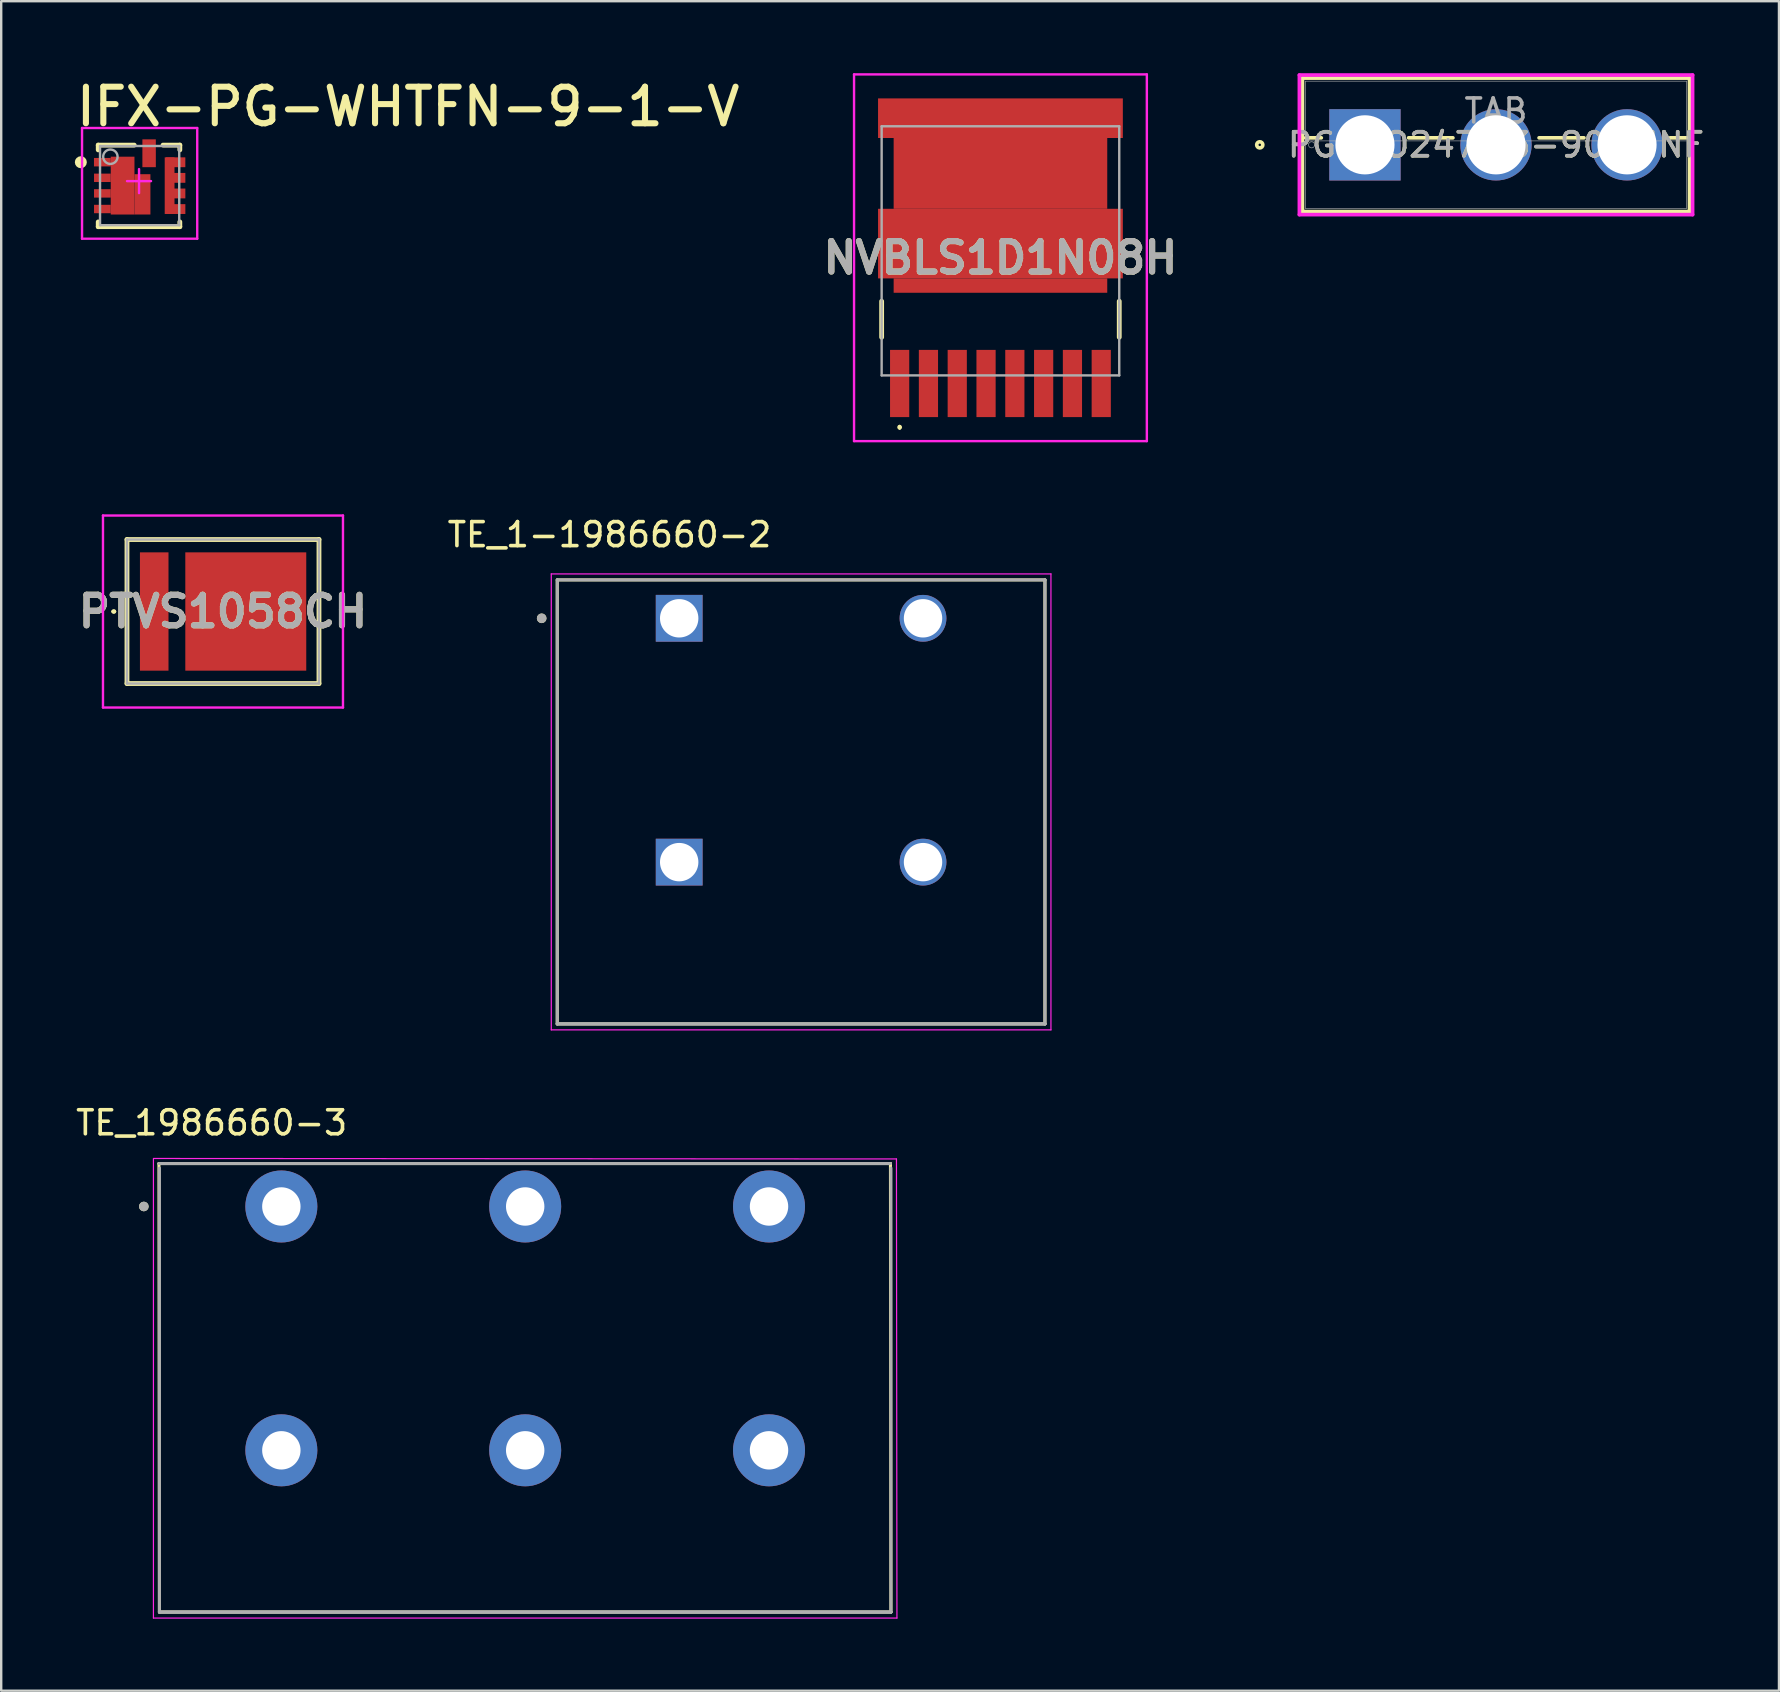
<source format=kicad_pcb>
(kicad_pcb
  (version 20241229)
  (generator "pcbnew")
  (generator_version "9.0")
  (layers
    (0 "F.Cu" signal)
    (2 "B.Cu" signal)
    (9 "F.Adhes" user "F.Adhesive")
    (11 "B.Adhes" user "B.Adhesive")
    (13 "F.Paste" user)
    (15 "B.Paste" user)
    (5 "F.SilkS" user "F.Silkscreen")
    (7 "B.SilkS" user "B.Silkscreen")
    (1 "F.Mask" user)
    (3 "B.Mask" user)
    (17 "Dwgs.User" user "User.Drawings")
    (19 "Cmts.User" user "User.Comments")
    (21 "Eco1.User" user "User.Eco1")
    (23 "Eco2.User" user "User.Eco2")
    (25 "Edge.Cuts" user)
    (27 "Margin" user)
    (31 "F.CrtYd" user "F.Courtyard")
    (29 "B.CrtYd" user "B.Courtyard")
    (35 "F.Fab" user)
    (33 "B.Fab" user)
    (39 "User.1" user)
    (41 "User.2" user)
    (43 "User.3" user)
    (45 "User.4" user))
  (footprint "NVBLS1D1N08H"
    (layer "F.Cu")
    (at 38.636 7.402)
    (property "Reference" "NVBLS1D1N08H" (at 0 0.288 0) (layer "F.SilkS") (effects (font (size 1.27 1.27) (thickness 0.254))))
    (attr smd)
    (fp_line (start -4.95 2.1) (end -4.95 3.6) (stroke (width 0.2) (type solid)) (layer "F.SilkS"))
    (fp_line (start -4.2 7.3) (end -4.2 7.3) (stroke (width 0.1) (type solid)) (layer "F.SilkS"))
    (fp_line (start -4.2 7.4) (end -4.2 7.4) (stroke (width 0.1) (type solid)) (layer "F.SilkS"))
    (fp_line (start 4.95 3.6) (end 4.95 2.1) (stroke (width 0.2) (type solid)) (layer "F.SilkS"))
    (fp_arc (start -4.2 7.3) (mid -4.15 7.35) (end -4.2 7.4) (stroke (width 0.1) (type solid)) (layer "F.SilkS"))
    (fp_arc (start -4.2 7.4) (mid -4.25 7.35) (end -4.2 7.3) (stroke (width 0.1) (type solid)) (layer "F.SilkS"))
    (fp_line (start -6.1 -7.352) (end 6.1 -7.352) (stroke (width 0.1) (type solid)) (layer "F.CrtYd"))
    (fp_line (start -6.1 7.928) (end -6.1 -7.352) (stroke (width 0.1) (type solid)) (layer "F.CrtYd"))
    (fp_line (start 6.1 -7.352) (end 6.1 7.928) (stroke (width 0.1) (type solid)) (layer "F.CrtYd"))
    (fp_line (start 6.1 7.928) (end -6.1 7.928) (stroke (width 0.1) (type solid)) (layer "F.CrtYd"))
    (fp_line (start -4.95 -5.19) (end 4.95 -5.19) (stroke (width 0.1) (type solid)) (layer "F.Fab"))
    (fp_line (start -4.95 5.19) (end -4.95 -5.19) (stroke (width 0.1) (type solid)) (layer "F.Fab"))
    (fp_line (start 4.95 -5.19) (end 4.95 5.19) (stroke (width 0.1) (type solid)) (layer "F.Fab"))
    (fp_line (start 4.95 5.19) (end -4.95 5.19) (stroke (width 0.1) (type solid)) (layer "F.Fab"))
    (fp_text user "${REFERENCE}" (at 0 0.288 0) (layer "F.Fab") (effects (font (size 1.27 1.27) (thickness 0.254))))
    (pad "1" smd rect (at -4.2 5.527) (size 0.8 2.8) (layers "F.Cu" "F.Mask" "F.Paste"))
    (pad "2" smd rect (at -3 5.527) (size 0.8 2.8) (layers "F.Cu" "F.Mask" "F.Paste"))
    (pad "3" smd rect (at -1.8 5.527) (size 0.8 2.8) (layers "F.Cu" "F.Mask" "F.Paste"))
    (pad "4" smd rect (at -0.6 5.527) (size 0.8 2.8) (layers "F.Cu" "F.Mask" "F.Paste"))
    (pad "5" smd rect (at 0.6 5.527) (size 0.8 2.8) (layers "F.Cu" "F.Mask" "F.Paste"))
    (pad "6" smd rect (at 1.8 5.527) (size 0.8 2.8) (layers "F.Cu" "F.Mask" "F.Paste"))
    (pad "7" smd rect (at 3 5.527) (size 0.8 2.8) (layers "F.Cu" "F.Mask" "F.Paste"))
    (pad "8" smd rect (at 4.2 5.527) (size 0.8 2.8) (layers "F.Cu" "F.Mask" "F.Paste"))
    (pad "9" smd rect (at 0 1.447 90) (size 0.6 8.9) (layers "F.Cu" "F.Mask" "F.Paste"))
    (pad "10" smd rect (at 0 -0.302 90) (size 2.9 10.2) (layers "F.Cu" "F.Mask" "F.Paste"))
    (pad "11" smd rect (at 0 -3.227 90) (size 2.95 8.9) (layers "F.Cu" "F.Mask" "F.Paste"))
    (pad "12" smd rect (at 0 -5.527 90) (size 1.65 10.2) (layers "F.Cu" "F.Mask" "F.Paste")))
  (footprint "TE_1986660-3"
    (layer "F.Cu")
    (at 8.673 47.221)
    (property "Reference" "TE_1986660-3" (at -2.905 -3.485 0) (layer "F.SilkS") (effects (font (size 1 1) (thickness 0.15))))
    (attr through_hole)
    (fp_line (start -5.08 16.9) (end -5.1 -1.79) (stroke (width 0.127) (type solid)) (layer "F.SilkS"))
    (fp_line (start 25.38 -1.79) (end -5.1 -1.79) (stroke (width 0.127) (type solid)) (layer "F.SilkS"))
    (fp_line (start 25.38 -1.79) (end 25.4 16.9) (stroke (width 0.127) (type solid)) (layer "F.SilkS"))
    (fp_line (start 25.4 16.9) (end -5.08 16.9) (stroke (width 0.127) (type solid)) (layer "F.SilkS"))
    (fp_circle (center -5.73 0) (end -5.63 0) (stroke (width 0.2) (type solid)) (fill no) (layer "F.SilkS"))
    (fp_line (start -5.33 17.15) (end -5.33 -2) (stroke (width 0.05) (type solid)) (layer "F.CrtYd"))
    (fp_line (start -5.32 -2) (end 25.63 -1.98) (stroke (width 0.05) (type solid)) (layer "F.CrtYd"))
    (fp_line (start 25.63 -1.98) (end 25.65 17.15) (stroke (width 0.05) (type solid)) (layer "F.CrtYd"))
    (fp_line (start 25.65 17.15) (end -5.33 17.15) (stroke (width 0.05) (type solid)) (layer "F.CrtYd"))
    (fp_line (start -5.1 -1.79) (end 25.38 -1.79) (stroke (width 0.127) (type solid)) (layer "F.Fab"))
    (fp_line (start -5.08 16.9) (end -5.08 -1.6) (stroke (width 0.127) (type solid)) (layer "F.Fab"))
    (fp_line (start -5.08 16.9) (end -5.08 16.9) (stroke (width 0.127) (type solid)) (layer "F.Fab"))
    (fp_line (start -5.08 16.9) (end 25.4 16.9) (stroke (width 0.127) (type solid)) (layer "F.Fab"))
    (fp_line (start 25.4 -1.6) (end 25.4 16.9) (stroke (width 0.127) (type solid)) (layer "F.Fab"))
    (fp_line (start 25.4 16.9) (end -5.08 16.9) (stroke (width 0.127) (type solid)) (layer "F.Fab"))
    (fp_line (start 25.4 16.9) (end 25.4 16.9) (stroke (width 0.127) (type solid)) (layer "F.Fab"))
    (fp_circle (center -5.73 0) (end -5.63 0) (stroke (width 0.2) (type solid)) (fill no) (layer "F.Fab"))
    (pad "1_1" thru_hole circle (at 0 0) (size 3 3) (drill 1.6) (layers "*.Cu" "*.Mask"))
    (pad "1_2" thru_hole circle (at 0 10.16) (size 3 3) (drill 1.6) (layers "*.Cu" "*.Mask"))
    (pad "2_1" thru_hole circle (at 10.16 0) (size 3 3) (drill 1.6) (layers "*.Cu" "*.Mask"))
    (pad "2_2" thru_hole circle (at 10.16 10.16) (size 3 3) (drill 1.6) (layers "*.Cu" "*.Mask"))
    (pad "3_1" thru_hole circle (at 20.32 0) (size 3 3) (drill 1.6) (layers "*.Cu" "*.Mask"))
    (pad "3_2" thru_hole circle (at 20.32 10.16) (size 3 3) (drill 1.6) (layers "*.Cu" "*.Mask")))
  (footprint "TE_1-1986660-2"
    (layer "F.Cu")
    (at 25.25 22.713)
    (property "Reference" "TE_1-1986660-2" (at -2.905 -3.485 0) (layer "F.SilkS") (effects (font (size 1 1) (thickness 0.15))))
    (attr through_hole)
    (fp_line (start -5.08 16.9) (end -5.08 -1.6) (stroke (width 0.127) (type solid)) (layer "F.SilkS"))
    (fp_line (start 15.24 -1.6) (end -5.08 -1.6) (stroke (width 0.127) (type solid)) (layer "F.SilkS"))
    (fp_line (start 15.24 -1.6) (end 15.24 16.9) (stroke (width 0.127) (type solid)) (layer "F.SilkS"))
    (fp_line (start 15.24 16.9) (end -5.08 16.9) (stroke (width 0.127) (type solid)) (layer "F.SilkS"))
    (fp_circle (center -5.73 0) (end -5.63 0) (stroke (width 0.2) (type solid)) (fill no) (layer "F.SilkS"))
    (fp_line (start -5.33 -1.85) (end 15.49 -1.85) (stroke (width 0.05) (type solid)) (layer "F.CrtYd"))
    (fp_line (start -5.33 17.15) (end -5.33 -1.85) (stroke (width 0.05) (type solid)) (layer "F.CrtYd"))
    (fp_line (start 15.49 -1.85) (end 15.49 17.15) (stroke (width 0.05) (type solid)) (layer "F.CrtYd"))
    (fp_line (start 15.49 17.15) (end -5.33 17.15) (stroke (width 0.05) (type solid)) (layer "F.CrtYd"))
    (fp_line (start -5.08 -1.6) (end 15.24 -1.6) (stroke (width 0.127) (type solid)) (layer "F.Fab"))
    (fp_line (start -5.08 16.9) (end -5.08 -1.6) (stroke (width 0.127) (type solid)) (layer "F.Fab"))
    (fp_line (start -5.08 16.9) (end -5.08 16.9) (stroke (width 0.127) (type solid)) (layer "F.Fab"))
    (fp_line (start -5.08 16.9) (end 15.24 16.9) (stroke (width 0.127) (type solid)) (layer "F.Fab"))
    (fp_line (start 15.24 -1.6) (end 15.24 16.9) (stroke (width 0.127) (type solid)) (layer "F.Fab"))
    (fp_line (start 15.24 16.9) (end -5.08 16.9) (stroke (width 0.127) (type solid)) (layer "F.Fab"))
    (fp_line (start 15.24 16.9) (end 15.24 16.9) (stroke (width 0.127) (type solid)) (layer "F.Fab"))
    (fp_circle (center -5.73 0) (end -5.63 0) (stroke (width 0.2) (type solid)) (fill no) (layer "F.Fab"))
    (pad "1_1" thru_hole rect (at 0 0) (size 1.95 1.95) (drill 1.6) (layers "*.Cu" "*.Mask"))
    (pad "1_2" thru_hole rect (at 0 10.16) (size 1.95 1.95) (drill 1.6) (layers "*.Cu" "*.Mask"))
    (pad "2_1" thru_hole circle (at 10.16 0) (size 1.95 1.95) (drill 1.6) (layers "*.Cu" "*.Mask"))
    (pad "2_2" thru_hole circle (at 10.16 10.16) (size 1.95 1.95) (drill 1.6) (layers "*.Cu" "*.Mask")))
  (footprint "IFX-PG-WHTFN-9-1-V"
    (layer "F.Cu")
    (at 2.743 4.496)
    (property "Reference" "IFX-PG-WHTFN-9-1-V" (at -2.743 -2.21 0) (unlocked yes) (layer "F.SilkS") (effects (font (size 1.524 1.524) (thickness 0.254)) (justify left bottom)))
    (fp_line (start -1.7 -1.5) (end -0.2 -1.5) (stroke (width 0.2) (type solid)) (layer "F.SilkS"))
    (fp_line (start -1.7 -1.3) (end -1.7 -1.5) (stroke (width 0.2) (type solid)) (layer "F.SilkS"))
    (fp_line (start -1.7 1.9) (end -1.7 1.7) (stroke (width 0.2) (type solid)) (layer "F.SilkS"))
    (fp_line (start -1.7 1.9) (end 1.7 1.9) (stroke (width 0.2) (type solid)) (layer "F.SilkS"))
    (fp_line (start 1 -1.5) (end 1.7 -1.5) (stroke (width 0.2) (type solid)) (layer "F.SilkS"))
    (fp_line (start 1.7 -1.3) (end 1.7 -1.5) (stroke (width 0.2) (type solid)) (layer "F.SilkS"))
    (fp_line (start 1.7 1.9) (end 1.7 1.7) (stroke (width 0.2) (type solid)) (layer "F.SilkS"))
    (fp_circle (center -2.425 -0.787) (end -2.425 -0.912) (stroke (width 0.25) (type solid)) (fill no) (layer "F.SilkS"))
    (fp_poly (pts (xy 0.645 -1.712) (xy 0.645 -0.613) (xy 0.195 -0.613) (xy 0.195 -1.712)) (stroke (width 0) (type default)) (fill yes) (layer "F.Paste"))
    (fp_poly (pts (xy 1.925 -0.96) (xy 1.925 -0.613) (xy 1.478 -0.612) (xy 1.478 -0.312) (xy 1.925 -0.312) (xy 1.925 0.037) (xy 1.478 0.037) (xy 1.478 0.34) (xy 1.925 0.34) (xy 1.925 0.69) (xy 1.478 0.69) (xy 1.478 0.99) (xy 1.925 0.99) (xy 1.925 1.34) (xy 1.125 1.34) (xy 1.125 -0.96)) (stroke (width 0) (type default)) (fill yes) (layer "F.Paste"))
    (fp_poly (pts (xy -1.178 -0.962) (xy -1.875 -0.963) (xy -1.875 -0.613) (xy -1.178 -0.612) (xy -1.178 -0.312) (xy -1.875 -0.312) (xy -1.875 0.037) (xy -1.178 0.038) (xy -1.178 0.338) (xy -1.875 0.338) (xy -1.875 0.688) (xy -1.178 0.688) (xy -1.178 0.987) (xy -1.875 0.988) (xy -1.875 1.337) (xy -1.178 1.338) (xy -1.178 1.392) (xy 0.475 1.392) (xy 0.475 -0.287) (xy -0.19 -0.288) (xy -0.19 -1.017) (xy -1.178 -1.017)) (stroke (width 0) (type default)) (fill yes) (layer "F.Paste"))
    (fp_line (start -2.375 -2.212) (end 2.425 -2.212) (stroke (width 0.1) (type solid)) (layer "F.CrtYd"))
    (fp_line (start -2.375 2.4) (end -2.375 -2.212) (stroke (width 0.1) (type solid)) (layer "F.CrtYd"))
    (fp_line (start -2.375 2.4) (end 2.425 2.4) (stroke (width 0.1) (type solid)) (layer "F.CrtYd"))
    (fp_line (start -0.5 0) (end 0.5 0) (stroke (width 0.1) (type solid)) (layer "F.CrtYd"))
    (fp_line (start 0 0.5) (end 0 -0.5) (stroke (width 0.1) (type solid)) (layer "F.CrtYd"))
    (fp_line (start 2.425 2.4) (end 2.425 -2.212) (stroke (width 0.1) (type solid)) (layer "F.CrtYd"))
    (fp_line (start -1.625 -1.462) (end 1.675 -1.462) (stroke (width 0.1) (type solid)) (layer "F.Fab"))
    (fp_line (start -1.625 1.837) (end -1.625 -1.462) (stroke (width 0.1) (type solid)) (layer "F.Fab"))
    (fp_line (start -1.625 1.837) (end 1.675 1.837) (stroke (width 0.1) (type solid)) (layer "F.Fab"))
    (fp_line (start 1.675 1.837) (end 1.675 -1.462) (stroke (width 0.1) (type solid)) (layer "F.Fab"))
    (fp_circle (center -1.194 -1.016) (end -0.894 -1.016) (stroke (width 0.1) (type solid)) (fill no) (layer "F.Fab"))
    (pad "1" smd rect (at -1.528 -0.788) (size 0.699 0.353) (layers "F.Cu" "F.Mask" "F.Paste"))
    (pad "1" smd rect (at -1.527 0.512) (size 0.697 0.351) (layers "F.Cu" "F.Mask" "F.Paste"))
    (pad "1" smd rect (at -1.527 -0.137) (size 0.696 0.35) (layers "F.Cu" "F.Mask" "F.Paste"))
    (pad "1" smd rect (at -1.527 1.163) (size 0.697 0.35) (layers "F.Cu" "F.Mask" "F.Paste"))
    (pad "1" smd rect (at -0.684 0.188 90) (size 2.41 0.988) (layers "F.Cu" "F.Mask"))
    (pad "1" smd rect (at 0.142 0.552 90) (size 1.68 0.665) (layers "F.Cu" "F.Mask"))
    (pad "5" smd rect (at 1.274 0.19 90) (size 2.36 0.408) (layers "F.Cu" "F.Mask" "F.Paste"))
    (pad "5" smd rect (at 1.527 -0.785) (size 0.805 0.41) (layers "F.Cu" "F.Mask" "F.Paste"))
    (pad "5" smd rect (at 1.528 -0.135) (size 0.805 0.41) (layers "F.Cu" "F.Mask" "F.Paste"))
    (pad "5" smd rect (at 1.528 0.515) (size 0.805 0.41) (layers "F.Cu" "F.Mask" "F.Paste"))
    (pad "5" smd rect (at 1.528 1.165) (size 0.805 0.41) (layers "F.Cu" "F.Mask" "F.Paste"))
    (pad "9" smd rect (at 0.42 -1.16) (size 0.56 1.16) (layers "F.Cu" "F.Mask" "F.Paste")))
  (footprint "PTVS1058CH"
    (layer "F.Cu")
    (at 6.241 22.43)
    (property "Reference" "PTVS1058CH" (at 0 0 0) (layer "F.SilkS") (effects (font (size 1.27 1.27) (thickness 0.254))))
    (attr smd)
    (fp_line (start -4.6 0) (end -4.6 0) (stroke (width 0.1) (type solid)) (layer "F.SilkS"))
    (fp_line (start -4.5 0) (end -4.5 0) (stroke (width 0.1) (type solid)) (layer "F.SilkS"))
    (fp_line (start -4 -3) (end 4 -3) (stroke (width 0.2) (type solid)) (layer "F.SilkS"))
    (fp_line (start -4 3) (end -4 -3) (stroke (width 0.2) (type solid)) (layer "F.SilkS"))
    (fp_line (start 4 -3) (end 4 3) (stroke (width 0.2) (type solid)) (layer "F.SilkS"))
    (fp_line (start 4 3) (end -4 3) (stroke (width 0.2) (type solid)) (layer "F.SilkS"))
    (fp_arc (start -4.6 0) (mid -4.55 -0.05) (end -4.5 0) (stroke (width 0.1) (type solid)) (layer "F.SilkS"))
    (fp_arc (start -4.5 0) (mid -4.55 0.05) (end -4.6 0) (stroke (width 0.1) (type solid)) (layer "F.SilkS"))
    (fp_line (start -5 -4) (end 5 -4) (stroke (width 0.1) (type solid)) (layer "F.CrtYd"))
    (fp_line (start -5 4) (end -5 -4) (stroke (width 0.1) (type solid)) (layer "F.CrtYd"))
    (fp_line (start 5 -4) (end 5 4) (stroke (width 0.1) (type solid)) (layer "F.CrtYd"))
    (fp_line (start 5 4) (end -5 4) (stroke (width 0.1) (type solid)) (layer "F.CrtYd"))
    (fp_line (start -4 -3) (end -4 3) (stroke (width 0.1) (type solid)) (layer "F.Fab"))
    (fp_line (start -4 3) (end 4 3) (stroke (width 0.1) (type solid)) (layer "F.Fab"))
    (fp_line (start 4 -3) (end -4 -3) (stroke (width 0.1) (type solid)) (layer "F.Fab"))
    (fp_line (start 4 3) (end 4 -3) (stroke (width 0.1) (type solid)) (layer "F.Fab"))
    (fp_text user "${REFERENCE}" (at 0 0 0) (layer "F.Fab") (effects (font (size 1.27 1.27) (thickness 0.254))))
    (pad "1" smd rect (at -2.865 0) (size 1.19 4.93) (layers "F.Cu" "F.Mask" "F.Paste"))
    (pad "2" smd rect (at 0.95 0 90) (size 4.93 5.04) (layers "F.Cu" "F.Mask" "F.Paste")))
  (footprint "PG-TO247-3-901_INF"
    (layer "F.Cu")
    (at 53.824 2.985)
    (property "Reference" "PG-TO247-3-901_INF" (at 5.46 0 0) (unlocked yes) (layer "F.SilkS") (effects (font (size 1 1) (thickness 0.15))))
    (attr through_hole)
    (fp_line (start -2.604 -2.781) (end -2.604 2.781) (stroke (width 0.152) (type solid)) (layer "F.SilkS"))
    (fp_line (start -2.604 2.781) (end 13.524 2.781) (stroke (width 0.152) (type solid)) (layer "F.SilkS"))
    (fp_line (start -2.478 -0.292) (end -1.819 -0.292) (stroke (width 0.152) (type solid)) (layer "F.SilkS"))
    (fp_line (start 1.819 -0.292) (end 3.665 -0.292) (stroke (width 0.152) (type solid)) (layer "F.SilkS"))
    (fp_line (start 7.255 -0.292) (end 9.125 -0.292) (stroke (width 0.152) (type solid)) (layer "F.SilkS"))
    (fp_line (start 12.715 -0.292) (end 13.398 -0.292) (stroke (width 0.152) (type solid)) (layer "F.SilkS"))
    (fp_line (start 13.524 -2.781) (end -2.604 -2.781) (stroke (width 0.152) (type solid)) (layer "F.SilkS"))
    (fp_line (start 13.524 2.781) (end 13.524 -2.781) (stroke (width 0.152) (type solid)) (layer "F.SilkS"))
    (fp_circle (center -4.383 0) (end -4.255 0) (stroke (width 0.152) (type solid)) (fill no) (layer "F.SilkS"))
    (fp_line (start -2.732 -2.908) (end -2.732 2.908) (stroke (width 0.152) (type solid)) (layer "F.CrtYd"))
    (fp_line (start -2.732 2.908) (end 13.652 2.908) (stroke (width 0.152) (type solid)) (layer "F.CrtYd"))
    (fp_line (start 13.652 -2.908) (end -2.732 -2.908) (stroke (width 0.152) (type solid)) (layer "F.CrtYd"))
    (fp_line (start 13.652 2.908) (end 13.652 -2.908) (stroke (width 0.152) (type solid)) (layer "F.CrtYd"))
    (fp_line (start -2.478 -2.654) (end -2.478 2.654) (stroke (width 0.025) (type solid)) (layer "F.Fab"))
    (fp_line (start -2.478 -0.165) (end 13.398 -0.165) (stroke (width 0.025) (type solid)) (layer "F.Fab"))
    (fp_line (start -2.478 2.654) (end 13.398 2.654) (stroke (width 0.025) (type solid)) (layer "F.Fab"))
    (fp_line (start 13.398 -2.654) (end -2.478 -2.654) (stroke (width 0.025) (type solid)) (layer "F.Fab"))
    (fp_line (start 13.398 2.654) (end 13.398 -2.654) (stroke (width 0.025) (type solid)) (layer "F.Fab"))
    (fp_circle (center -2.224 0) (end -2.096 0) (stroke (width 0.025) (type solid)) (fill no) (layer "F.Fab"))
    (fp_text user "TAB" (at 5.46 -1.41 0) (unlocked yes) (layer "F.Fab") (effects (font (size 1 1) (thickness 0.15))))
    (fp_text user "${REFERENCE}" (at 5.46 0 0) (unlocked yes) (layer "F.Fab") (effects (font (size 1 1) (thickness 0.15))))
    (pad "1" thru_hole rect (at 0 0) (size 2.972 2.972) (drill 2.464) (layers "*.Cu" "*.Mask"))
    (pad "2" thru_hole circle (at 5.46 0) (size 2.972 2.972) (drill 2.464) (layers "*.Cu" "*.Mask"))
    (pad "3" thru_hole circle (at 10.92 0) (size 2.972 2.972) (drill 2.464) (layers "*.Cu" "*.Mask")))
  (gr_rect
    (start -3 -3)
    (end 71.075 67.397)
    (stroke (width 0.1) (type default))
    (fill no)
    (layer "Edge.Cuts")))
</source>
